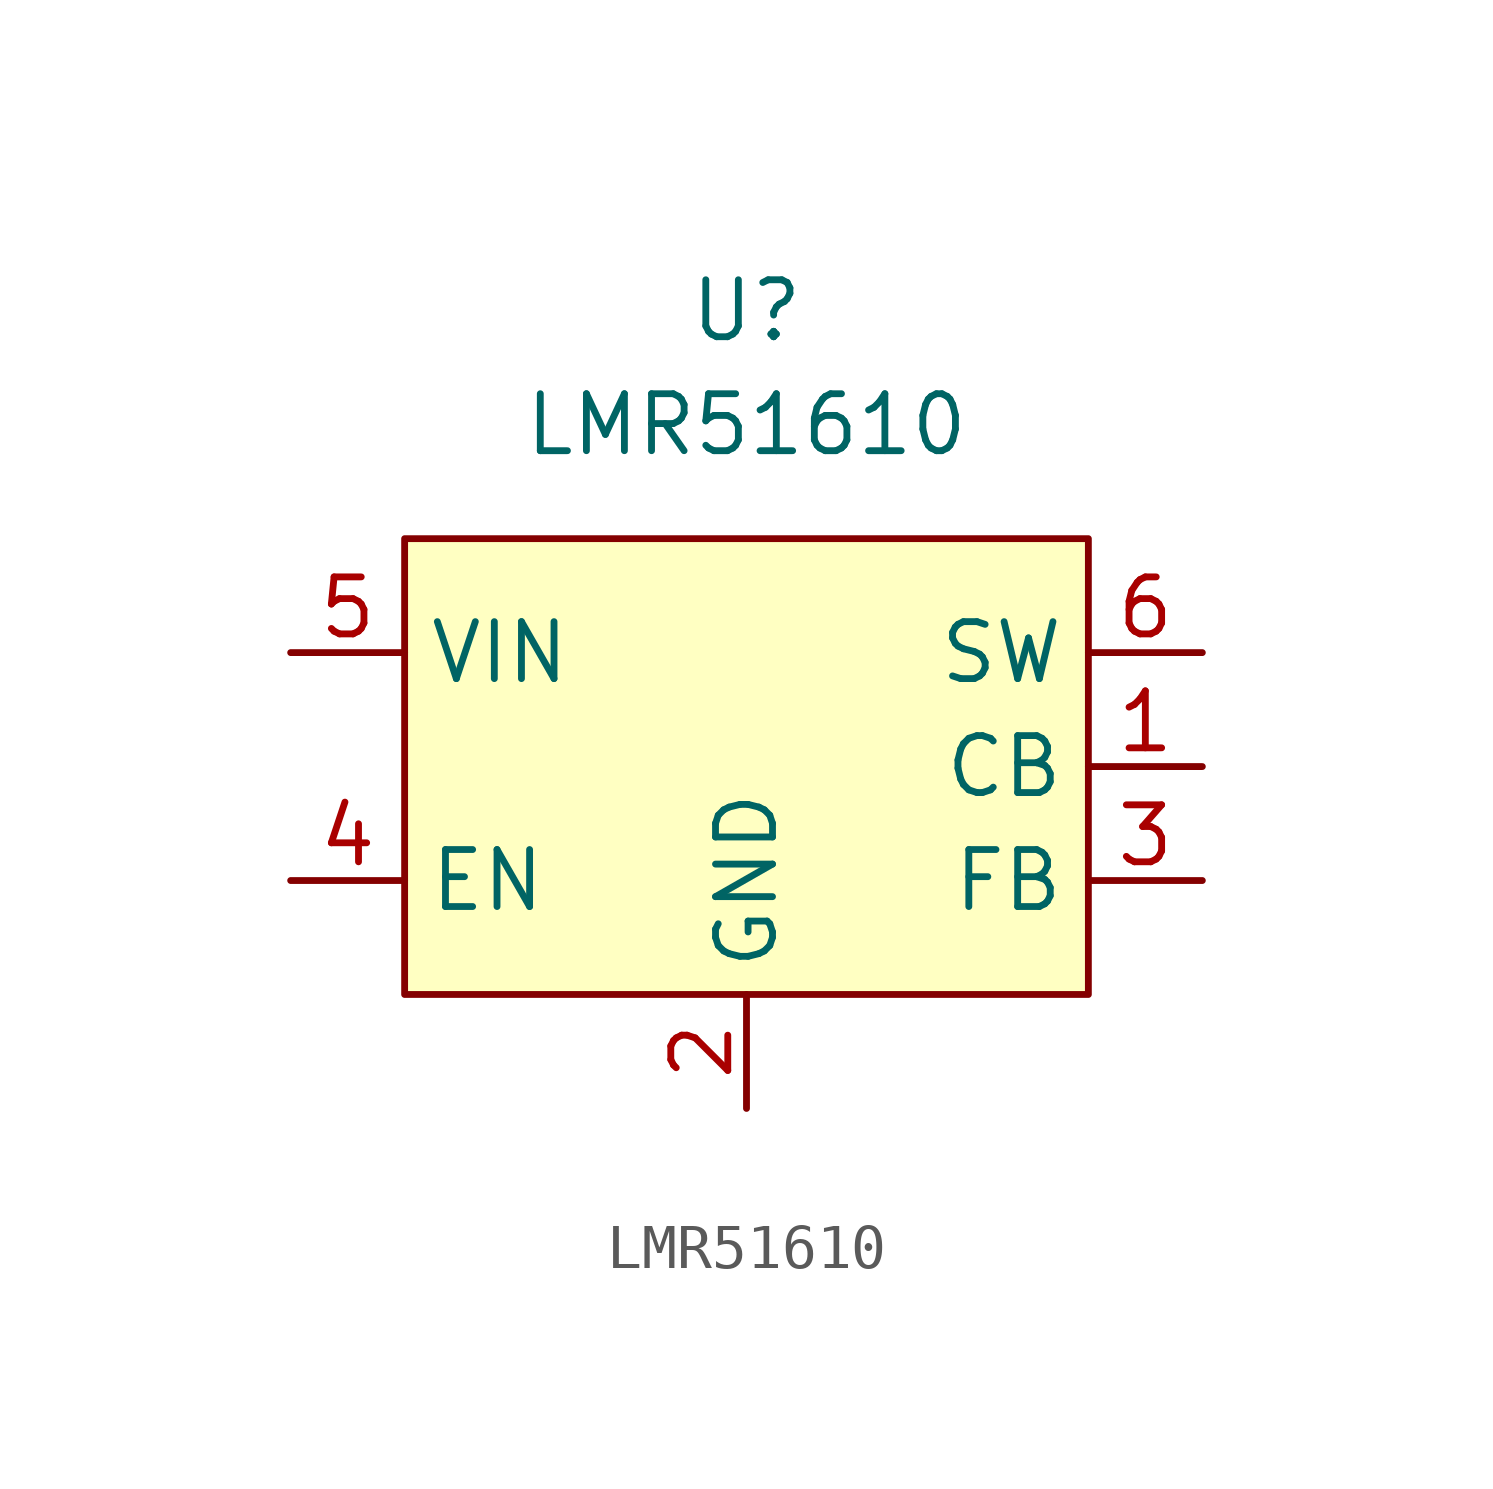
<source format=kicad_sym>
(kicad_symbol_lib
  (version 20220914)
  (generator kicad_symbol_editor)
  (symbol "LMR51610"
    (property "Reference" "U"
      (at 0 10.16 0)
      (effects (font (size 1.27 1.27))))
    (property "Value" "LMR51610"
      (at 0 7.62 0)
      (effects (font (size 1.27 1.27))))
    (symbol "LMR51610_0_0"
      (pin passive line (at 10.16 0 180) (length 2.54) (name "CB" (effects (font (size 1.27 1.27)))) (number "1" (effects (font (size 1.27 1.27)))))
      (pin power_in line (at 0 -7.62 90) (length 2.54) (name "GND" (effects (font (size 1.27 1.27)))) (number "2" (effects (font (size 1.27 1.27)))))
      (pin input line (at 10.16 -2.54 180) (length 2.54) (name "FB" (effects (font (size 1.27 1.27)))) (number "3" (effects (font (size 1.27 1.27)))))
      (pin power_in line (at -10.16 2.54 0) (length 2.54) (name "VIN" (effects (font (size 1.27 1.27)))) (number "5" (effects (font (size 1.27 1.27))))))
    (symbol "LMR51610_1_0"
      (pin input line (at -10.16 -2.54 0) (length 2.54) (name "EN" (effects (font (size 1.27 1.27)))) (number "4" (effects (font (size 1.27 1.27)))))
      (pin power_out line (at 10.16 2.54 180) (length 2.54) (name "SW" (effects (font (size 1.27 1.27)))) (number "6" (effects (font (size 1.27 1.27))))))
    (symbol "LMR51610_1_1"
      (rectangle (start -7.62 5.08) (end 7.62 -5.08) (stroke (width 0) (type default)) (fill (type background))))))
</source>
